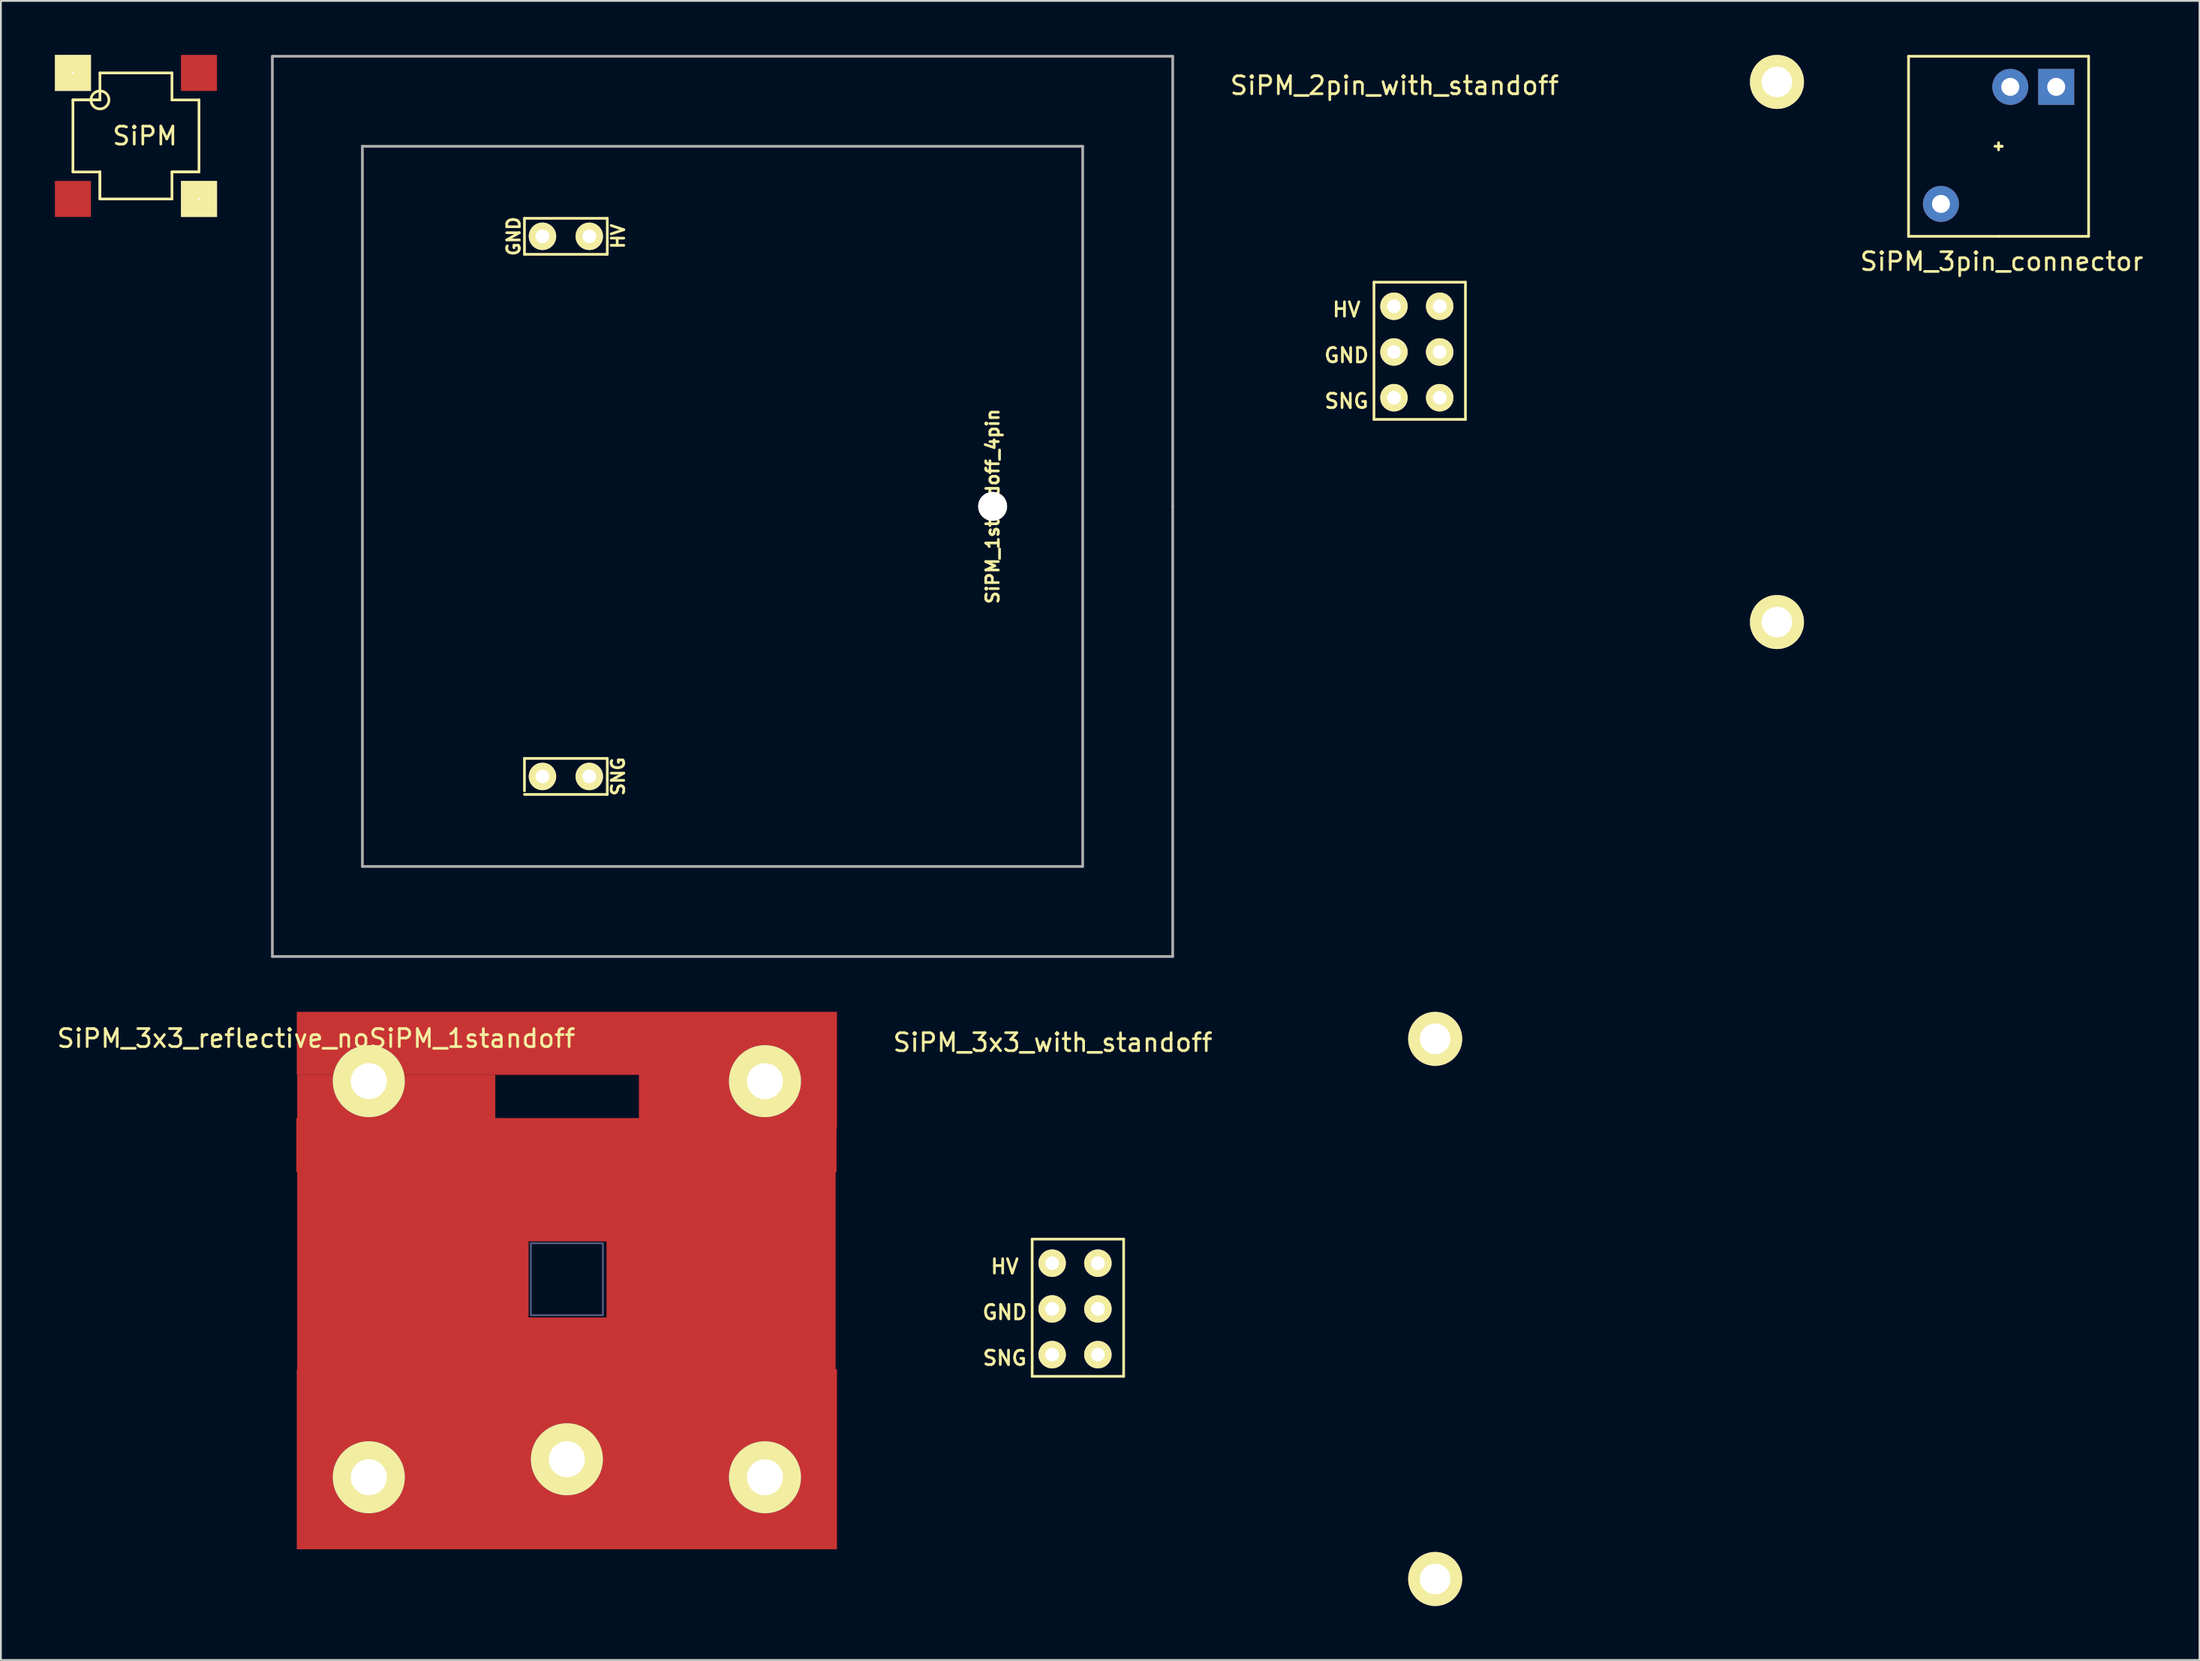
<source format=kicad_pcb>
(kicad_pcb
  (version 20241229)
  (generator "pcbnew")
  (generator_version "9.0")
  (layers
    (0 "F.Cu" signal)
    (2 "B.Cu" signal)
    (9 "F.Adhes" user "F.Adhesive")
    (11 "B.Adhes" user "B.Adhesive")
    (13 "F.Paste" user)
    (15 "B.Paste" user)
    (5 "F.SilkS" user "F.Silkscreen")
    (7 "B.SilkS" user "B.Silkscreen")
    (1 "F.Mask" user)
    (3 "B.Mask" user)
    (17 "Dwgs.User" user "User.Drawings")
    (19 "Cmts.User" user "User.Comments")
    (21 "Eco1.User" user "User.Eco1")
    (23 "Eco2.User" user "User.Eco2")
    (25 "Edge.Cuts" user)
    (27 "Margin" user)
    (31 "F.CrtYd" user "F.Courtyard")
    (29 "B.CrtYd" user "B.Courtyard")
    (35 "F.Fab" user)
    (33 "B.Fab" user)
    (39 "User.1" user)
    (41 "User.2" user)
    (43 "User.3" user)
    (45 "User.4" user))
  (footprint "SiPM_3x3_with_standoff"
    (layer "F.Cu")
    (at 66.65 69.65)
    (property "Reference" "SiPM_3x3_with_standoff" (at -11.237 -14.798 0) (layer "F.SilkS") (effects (font (size 1 1) (thickness 0.15))))
    (attr through_hole)
    (fp_line (start -12.38 -3.876) (end -12.38 3.744) (stroke (width 0.15) (type solid)) (layer "F.SilkS"))
    (fp_line (start -12.38 3.744) (end -7.3 3.744) (stroke (width 0.15) (type solid)) (layer "F.SilkS"))
    (fp_line (start -7.3 -3.876) (end -12.38 -3.876) (stroke (width 0.15) (type solid)) (layer "F.SilkS"))
    (fp_line (start -7.3 3.744) (end -7.3 -3.876) (stroke (width 0.15) (type solid)) (layer "F.SilkS"))
    (fp_text user "SNG" (at -13.904 2.728 0) (layer "F.SilkS") (effects (font (size 0.8 0.8) (thickness 0.15))))
    (fp_text user "HV" (at -13.904 -2.352 0) (layer "F.SilkS") (effects (font (size 0.8 0.8) (thickness 0.15))))
    (fp_text user "GND" (at -13.904 0.188 0) (layer "F.SilkS") (effects (font (size 0.8 0.8) (thickness 0.15))))
    (pad "1" thru_hole circle (at -11.27 2.54) (size 1.524 1.524) (drill 0.762) (layers "*.Cu" "*.Mask" "F.SilkS"))
    (pad "2" thru_hole circle (at -11.27 0) (size 1.524 1.524) (drill 0.762) (layers "*.Cu" "*.Mask" "F.SilkS"))
    (pad "2" thru_hole circle (at 10 -15) (size 3 3) (drill 1.7) (layers "*.Cu" "*.Mask" "F.SilkS"))
    (pad "2" thru_hole circle (at 10 15) (size 3 3) (drill 1.7) (layers "*.Cu" "*.Mask" "F.SilkS"))
    (pad "3" thru_hole circle (at -11.27 -2.54) (size 1.524 1.524) (drill 0.762) (layers "*.Cu" "*.Mask" "F.SilkS"))
    (pad "4" thru_hole circle (at -8.73 -2.54) (size 1.524 1.524) (drill 0.762) (layers "*.Cu" "*.Mask" "F.SilkS"))
    (pad "5" thru_hole circle (at -8.73 0) (size 1.524 1.524) (drill 0.762) (layers "*.Cu" "*.Mask" "F.SilkS"))
    (pad "6" thru_hole circle (at -8.73 2.54) (size 1.524 1.524) (drill 0.762) (layers "*.Cu" "*.Mask" "F.SilkS")))
  (footprint "SiPM_2pin_with_standoff"
    (layer "F.Cu")
    (at 85.631 16.5)
    (property "Reference" "SiPM_2pin_with_standoff" (at -11.237 -14.798 0) (layer "F.SilkS") (effects (font (size 1 1) (thickness 0.15))))
    (attr through_hole)
    (fp_line (start -12.38 -3.876) (end -12.38 3.744) (stroke (width 0.15) (type solid)) (layer "F.SilkS"))
    (fp_line (start -12.38 3.744) (end -7.3 3.744) (stroke (width 0.15) (type solid)) (layer "F.SilkS"))
    (fp_line (start -7.3 -3.876) (end -12.38 -3.876) (stroke (width 0.15) (type solid)) (layer "F.SilkS"))
    (fp_line (start -7.3 3.744) (end -7.3 -3.876) (stroke (width 0.15) (type solid)) (layer "F.SilkS"))
    (fp_text user "HV" (at -13.904 -2.352 0) (layer "F.SilkS") (effects (font (size 0.8 0.8) (thickness 0.15))))
    (fp_text user "GND" (at -13.904 0.188 0) (layer "F.SilkS") (effects (font (size 0.8 0.8) (thickness 0.15))))
    (fp_text user "SNG" (at -13.904 2.728 0) (layer "F.SilkS") (effects (font (size 0.8 0.8) (thickness 0.15))))
    (pad "1" thru_hole circle (at -11.27 2.54) (size 1.524 1.524) (drill 0.762) (layers "*.Cu" "*.Mask" "F.SilkS"))
    (pad "2" thru_hole circle (at -11.27 0) (size 1.524 1.524) (drill 0.762) (layers "*.Cu" "*.Mask" "F.SilkS"))
    (pad "2" thru_hole circle (at 10 -15) (size 3 3) (drill 1.7) (layers "*.Cu" "*.Mask" "F.SilkS"))
    (pad "2" thru_hole circle (at 10 15) (size 3 3) (drill 1.7) (layers "*.Cu" "*.Mask" "F.SilkS"))
    (pad "3" thru_hole circle (at -11.27 -2.54) (size 1.524 1.524) (drill 0.762) (layers "*.Cu" "*.Mask" "F.SilkS"))
    (pad "4" thru_hole circle (at -8.73 -2.54) (size 1.524 1.524) (drill 0.762) (layers "*.Cu" "*.Mask" "F.SilkS"))
    (pad "5" thru_hole circle (at -8.73 0) (size 1.524 1.524) (drill 0.762) (layers "*.Cu" "*.Mask" "F.SilkS"))
    (pad "6" thru_hole circle (at -8.73 2.54) (size 1.524 1.524) (drill 0.762) (layers "*.Cu" "*.Mask" "F.SilkS")))
  (footprint "SiPM_1standoff_4pin"
    (layer "F.Cu")
    (at 37.075 25.075)
    (property "Reference" "SiPM_1standoff_4pin" (at 15 0 90) (layer "F.SilkS") (effects (font (size 0.7 0.7) (thickness 0.15))))
    (attr through_hole)
    (fp_line (start -11 -16) (end -11 -14) (stroke (width 0.15) (type solid)) (layer "F.SilkS"))
    (fp_line (start -11 -14) (end -6.4 -14) (stroke (width 0.15) (type solid)) (layer "F.SilkS"))
    (fp_line (start -11 14) (end -11 15.8) (stroke (width 0.15) (type solid)) (layer "F.SilkS"))
    (fp_line (start -11 16) (end -6.4 16) (stroke (width 0.15) (type solid)) (layer "F.SilkS"))
    (fp_line (start -6.4 -16) (end -11 -16) (stroke (width 0.15) (type solid)) (layer "F.SilkS"))
    (fp_line (start -6.4 -14) (end -6.4 -16) (stroke (width 0.15) (type solid)) (layer "F.SilkS"))
    (fp_line (start -6.4 14) (end -11 14) (stroke (width 0.15) (type solid)) (layer "F.SilkS"))
    (fp_line (start -6.4 14) (end -6.4 16) (stroke (width 0.15) (type solid)) (layer "F.SilkS"))
    (fp_line (start -25 -25) (end -25 25) (stroke (width 0.15) (type solid)) (layer "F.Fab"))
    (fp_line (start -25 25) (end 25 25) (stroke (width 0.15) (type solid)) (layer "F.Fab"))
    (fp_line (start -20 -20) (end -20 20) (stroke (width 0.15) (type solid)) (layer "F.Fab"))
    (fp_line (start -20 20) (end 20 20) (stroke (width 0.15) (type solid)) (layer "F.Fab"))
    (fp_line (start 20 -20) (end -20 -20) (stroke (width 0.15) (type solid)) (layer "F.Fab"))
    (fp_line (start 20 20) (end 20 -20) (stroke (width 0.15) (type solid)) (layer "F.Fab"))
    (fp_line (start 25 -25) (end -25 -25) (stroke (width 0.15) (type solid)) (layer "F.Fab"))
    (fp_line (start 25 0) (end 25 -25) (stroke (width 0.15) (type solid)) (layer "F.Fab"))
    (fp_line (start 25 25) (end 25 0) (stroke (width 0.15) (type solid)) (layer "F.Fab"))
    (fp_text user "HV" (at -5.8 -15 90) (layer "F.SilkS") (effects (font (size 0.7 0.7) (thickness 0.15))))
    (fp_text user "SNG" (at -5.8 15 90) (layer "F.SilkS") (effects (font (size 0.7 0.7) (thickness 0.15))))
    (fp_text user "GND" (at -11.6 -15 90) (layer "F.SilkS") (effects (font (size 0.7 0.7) (thickness 0.15))))
    (pad "1" thru_hole circle (at -10 15) (size 1.524 1.524) (drill 0.762) (layers "*.Cu" "*.Mask" "F.SilkS"))
    (pad "1" thru_hole circle (at -7.4 15) (size 1.524 1.524) (drill 0.762) (layers "*.Cu" "*.Mask" "F.SilkS"))
    (pad "2" thru_hole circle (at -10 -15) (size 1.524 1.524) (drill 0.762) (layers "*.Cu" "*.Mask" "F.SilkS"))
    (pad "3" thru_hole circle (at -7.4 -15) (size 1.524 1.524) (drill 0.762) (layers "*.Cu" "*.Mask" "F.SilkS"))
    (pad "4" thru_hole circle (at 15 0) (size 1.6 1.6) (drill 1.6) (layers "*.Cu" "*.Mask" "F.SilkS")))
  (footprint "SiPM_3x3_reflective_noSiPM_1standoff"
    (layer "F.Cu")
    (at 28.431 68)
    (property "Reference" "SiPM_3x3_reflective_noSiPM_1standoff" (at -13.925 -13.375 0) (layer "F.SilkS") (effects (font (size 1 1) (thickness 0.15))))
    (attr through_hole)
    (fp_poly (pts (xy 2 2) (xy -2 2) (xy -2 -2) (xy 2 -2)) (stroke (width 0.1) (type solid)) (fill no) (layer "B.Fab"))
    (pad "1" thru_hole circle (at -11 -11) (size 4 4) (drill 2) (layers "*.Cu" "*.Mask" "F.SilkS"))
    (pad "1" thru_hole circle (at -11 11) (size 4 4) (drill 2) (layers "*.Cu" "*.Mask" "F.SilkS"))
    (pad "1" smd rect (at -9.475 -9.85) (size 11 3) (layers "F.Cu" "F.Mask" "F.Paste"))
    (pad "1" smd rect (at -8.975 -0.1) (size 12 12) (layers "F.Cu" "F.Mask" "F.Paste"))
    (pad "1" smd rect (at -4.625 0.4 90) (size 8 5) (layers "F.Cu" "F.Mask" "F.Paste"))
    (pad "1" smd rect (at -0.025 -7.45) (size 30 3) (layers "F.Cu" "F.Mask" "F.Paste"))
    (pad "1" smd rect (at 0 -13.1) (size 30 3.5) (layers "F.Cu" "F.Mask" "F.Paste"))
    (pad "1" thru_hole circle (at 0 10) (size 4 4) (drill 2) (layers "*.Cu" "*.Mask" "F.SilkS"))
    (pad "1" smd rect (at 0 10) (size 30 10) (layers "F.Cu" "F.Mask" "F.Paste"))
    (pad "1" smd rect (at 0.175 -4.1) (size 8 4) (layers "F.Cu" "F.Mask" "F.Paste"))
    (pad "1" smd rect (at 0.2 4.625) (size 8 5) (layers "F.Cu" "F.Mask" "F.Paste"))
    (pad "1" smd rect (at 4.7 -0.075 90) (size 8 5) (layers "F.Cu" "F.Mask" "F.Paste"))
    (pad "1" smd rect (at 8.925 -0.25) (size 12 12) (layers "F.Cu" "F.Mask" "F.Paste"))
    (pad "1" smd rect (at 9.5 -9.875) (size 11 3) (layers "F.Cu" "F.Mask" "F.Paste"))
    (pad "1" thru_hole circle (at 11 -11) (size 4 4) (drill 2) (layers "*.Cu" "*.Mask" "F.SilkS"))
    (pad "1" thru_hole circle (at 11 11) (size 4 4) (drill 2) (layers "*.Cu" "*.Mask" "F.SilkS")))
  (footprint "SiPM"
    (layer "F.Cu")
    (at 4.5 4.5)
    (property "Reference" "SiPM" (at 0.5 0 0) (layer "F.SilkS") (effects (font (size 1 1) (thickness 0.15))))
    (attr through_hole)
    (fp_line (start -3.5 -2) (end -3.5 2) (stroke (width 0.15) (type solid)) (layer "F.SilkS"))
    (fp_line (start -3.5 -2) (end -2 -2) (stroke (width 0.15) (type solid)) (layer "F.SilkS"))
    (fp_line (start -3.5 -2) (end -2 -2) (stroke (width 0.15) (type solid)) (layer "F.SilkS"))
    (fp_line (start -2 -3.5) (end 2 -3.5) (stroke (width 0.15) (type solid)) (layer "F.SilkS"))
    (fp_line (start -2 -2) (end -2 -3.5) (stroke (width 0.15) (type solid)) (layer "F.SilkS"))
    (fp_line (start -2 2) (end -3.5 2) (stroke (width 0.15) (type solid)) (layer "F.SilkS"))
    (fp_line (start -2 2) (end -2 3.5) (stroke (width 0.15) (type solid)) (layer "F.SilkS"))
    (fp_line (start -2 3.5) (end -2 2) (stroke (width 0.15) (type solid)) (layer "F.SilkS"))
    (fp_line (start -2 3.5) (end 2 3.5) (stroke (width 0.15) (type solid)) (layer "F.SilkS"))
    (fp_line (start 2 -3.5) (end 2 -2) (stroke (width 0.15) (type solid)) (layer "F.SilkS"))
    (fp_line (start 2 2) (end 2 3.5) (stroke (width 0.15) (type solid)) (layer "F.SilkS"))
    (fp_line (start 2 2) (end 3.5 2) (stroke (width 0.15) (type solid)) (layer "F.SilkS"))
    (fp_line (start 3.5 -2) (end 2 -2) (stroke (width 0.15) (type solid)) (layer "F.SilkS"))
    (fp_line (start 3.5 -2) (end 3.5 2) (stroke (width 0.15) (type solid)) (layer "F.SilkS"))
    (fp_line (start 3.5 2) (end 2 2) (stroke (width 0.15) (type solid)) (layer "F.SilkS"))
    (fp_circle (center -2 -2) (end -1.5 -2) (stroke (width 0.15) (type solid)) (fill no) (layer "F.SilkS"))
    (pad "1" thru_hole rect (at -3.5 -3.5) (size 2 2) (drill 0.1) (layers "*.Cu" "*.Mask" "F.SilkS"))
    (pad "2" connect rect (at 3.5 -3.5) (size 2 2) (layers "F.Cu" "F.Mask"))
    (pad "3" thru_hole rect (at 3.5 3.5) (size 2 2) (drill 0.1) (layers "*.Cu" "*.Mask" "F.SilkS"))
    (pad "4" connect rect (at -3.5 3.5) (size 2 2) (layers "F.Cu" "F.Mask")))
  (footprint "SiPM_3pin_connector"
    (layer "F.Cu")
    (at 107.938 5.075)
    (property "Reference" "SiPM_3pin_connector" (at 0.175 6.4 0) (layer "F.SilkS") (effects (font (size 1 1) (thickness 0.15))))
    (attr through_hole)
    (fp_line (start -5 -5) (end -5 5) (stroke (width 0.15) (type solid)) (layer "F.SilkS"))
    (fp_line (start -5 5) (end 0 5) (stroke (width 0.15) (type solid)) (layer "F.SilkS"))
    (fp_line (start 0 0) (end -0.2 0) (stroke (width 0.15) (type solid)) (layer "F.SilkS"))
    (fp_line (start 0 0) (end 0 -0.2) (stroke (width 0.15) (type solid)) (layer "F.SilkS"))
    (fp_line (start 0 0) (end 0 0.2) (stroke (width 0.15) (type solid)) (layer "F.SilkS"))
    (fp_line (start 0 0) (end 0.2 0) (stroke (width 0.15) (type solid)) (layer "F.SilkS"))
    (fp_line (start 0 5) (end 5 5) (stroke (width 0.15) (type solid)) (layer "F.SilkS"))
    (fp_line (start 0.2 0) (end 0 0) (stroke (width 0.15) (type solid)) (layer "F.SilkS"))
    (fp_line (start 5 -5) (end -5 -5) (stroke (width 0.15) (type solid)) (layer "F.SilkS"))
    (fp_line (start 5 5) (end 5 -5) (stroke (width 0.15) (type solid)) (layer "F.SilkS"))
    (pad "1" thru_hole circle (at -3.2 3.2) (size 2 2) (drill 1) (layers "*.Cu" "*.Mask"))
    (pad "2" thru_hole circle (at 0.65 -3.3) (size 2 2) (drill 1) (layers "*.Cu" "*.Mask"))
    (pad "3" thru_hole rect (at 3.2 -3.3) (size 2 2) (drill 1) (layers "*.Cu" "*.Mask")))
  (gr_rect
    (start -3 -3)
    (end 119.095 89.15)
    (stroke (width 0.1) (type default))
    (fill no)
    (layer "Edge.Cuts")))
</source>
